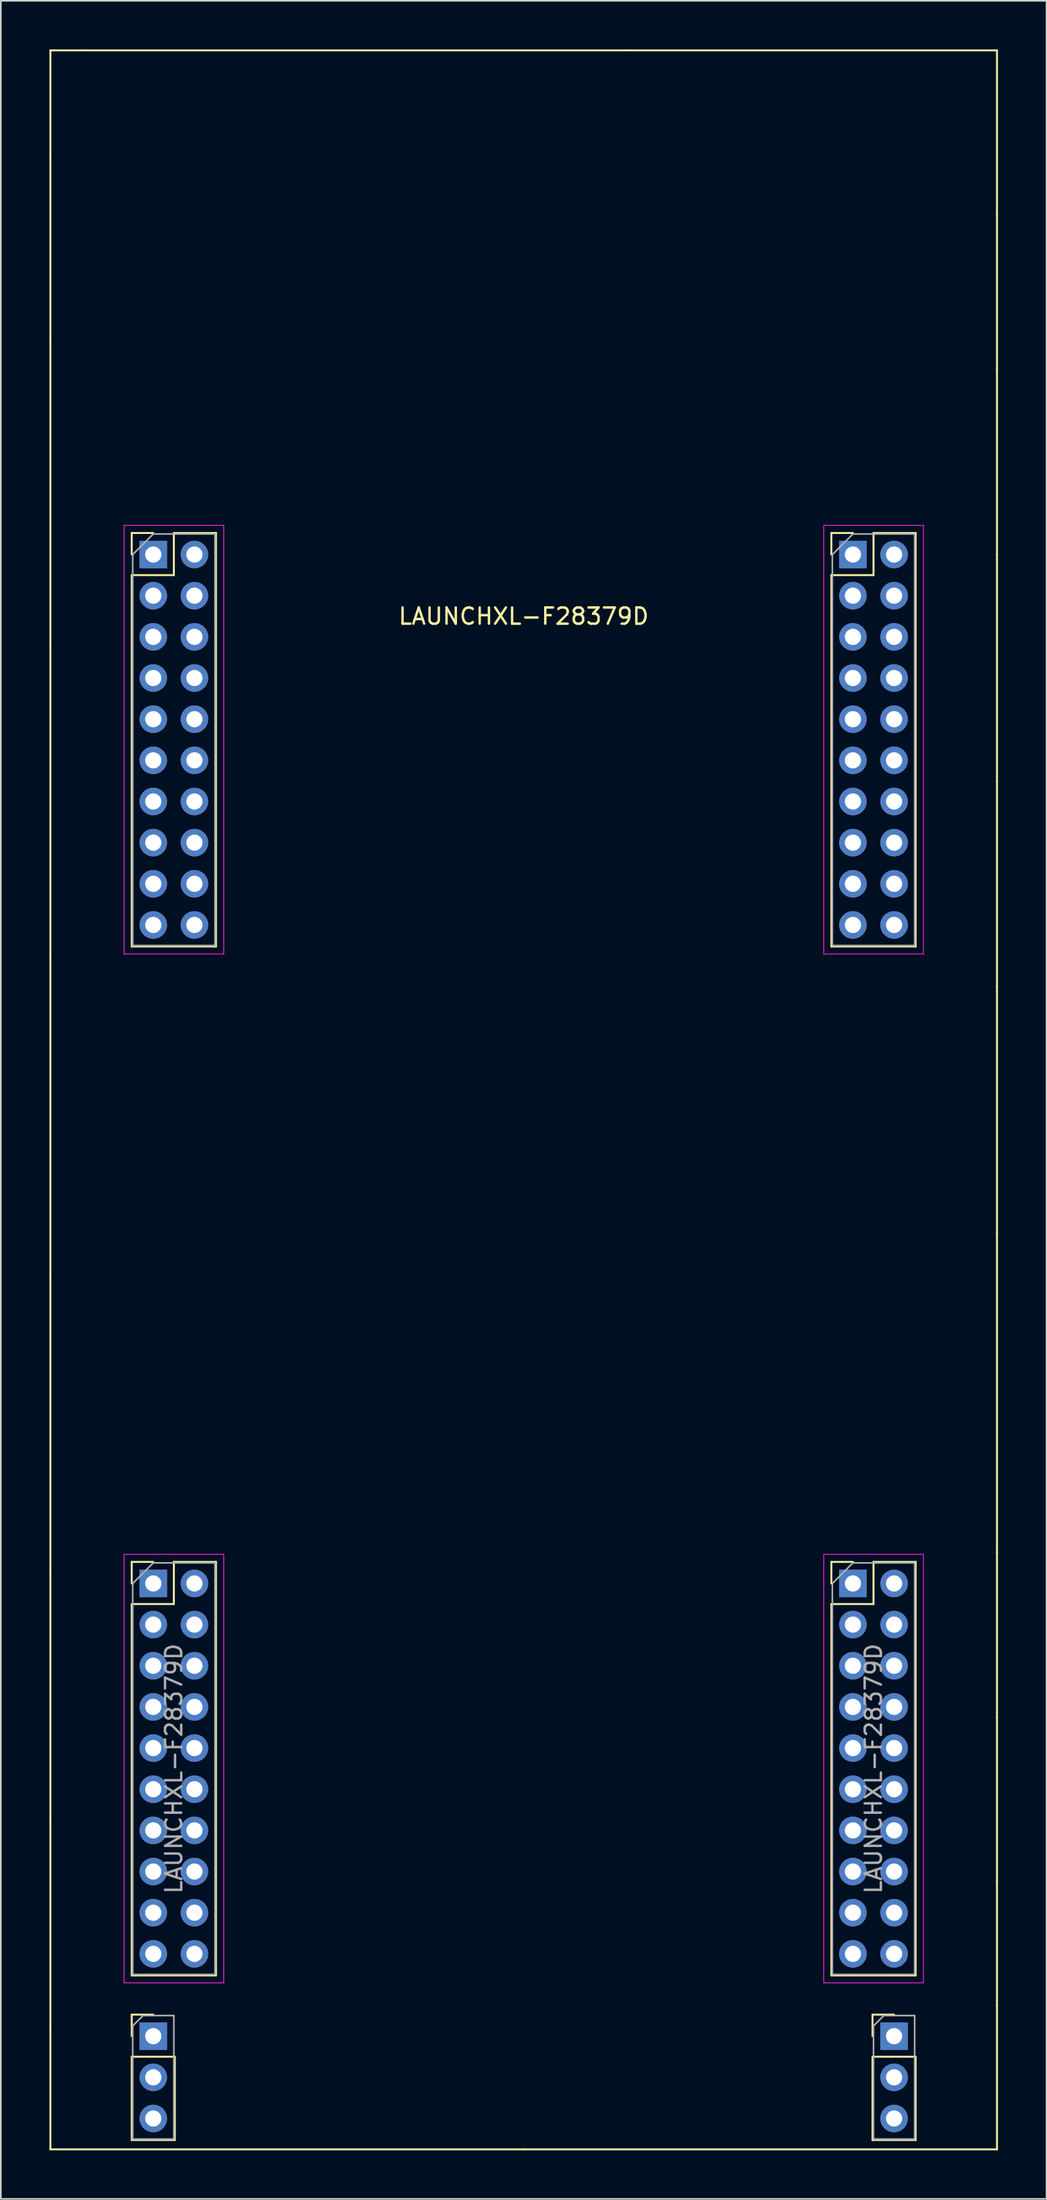
<source format=kicad_pcb>
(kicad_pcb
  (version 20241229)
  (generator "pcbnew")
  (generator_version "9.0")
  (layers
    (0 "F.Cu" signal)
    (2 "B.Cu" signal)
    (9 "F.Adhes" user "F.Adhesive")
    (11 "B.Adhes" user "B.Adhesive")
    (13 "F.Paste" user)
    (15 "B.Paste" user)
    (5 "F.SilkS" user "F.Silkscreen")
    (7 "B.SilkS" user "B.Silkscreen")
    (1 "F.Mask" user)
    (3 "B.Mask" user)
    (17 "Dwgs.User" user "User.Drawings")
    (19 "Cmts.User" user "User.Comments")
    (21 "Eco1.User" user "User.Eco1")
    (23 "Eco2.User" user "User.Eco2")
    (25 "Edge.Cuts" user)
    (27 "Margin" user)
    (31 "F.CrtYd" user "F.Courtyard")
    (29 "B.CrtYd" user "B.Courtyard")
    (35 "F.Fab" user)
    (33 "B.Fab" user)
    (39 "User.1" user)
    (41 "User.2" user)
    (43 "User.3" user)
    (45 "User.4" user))
  (footprint "LAUNCHXL-F28379D"
    (layer "F.Cu")
    (at 6.41 31.175)
    (property "Reference" "LAUNCHXL-F28379D" (at 22.86 3.81 0) (layer "F.SilkS") (effects (font (size 1 1) (thickness 0.15))))
    (attr through_hole)
    (fp_line (start -6.35 -31.115) (end -6.35 -24.765) (stroke (width 0.12) (type solid)) (layer "F.SilkS"))
    (fp_line (start -6.35 -24.765) (end -6.35 -13.335) (stroke (width 0.12) (type solid)) (layer "F.SilkS"))
    (fp_line (start -6.35 -13.335) (end -6.35 5.715) (stroke (width 0.12) (type solid)) (layer "F.SilkS"))
    (fp_line (start -6.35 5.715) (end -6.35 24.765) (stroke (width 0.12) (type solid)) (layer "F.SilkS"))
    (fp_line (start -6.35 24.765) (end -6.35 44.45) (stroke (width 0.12) (type solid)) (layer "F.SilkS"))
    (fp_line (start -6.35 44.45) (end -6.35 62.865) (stroke (width 0.12) (type solid)) (layer "F.SilkS"))
    (fp_line (start -6.35 62.865) (end -6.35 78.105) (stroke (width 0.12) (type solid)) (layer "F.SilkS"))
    (fp_line (start -6.35 78.105) (end -6.35 90.805) (stroke (width 0.12) (type solid)) (layer "F.SilkS"))
    (fp_line (start -6.35 90.805) (end -6.35 98.425) (stroke (width 0.12) (type solid)) (layer "F.SilkS"))
    (fp_line (start -4.445 -31.115) (end -6.35 -31.115) (stroke (width 0.12) (type solid)) (layer "F.SilkS"))
    (fp_line (start -1.33 -1.33) (end 0 -1.33) (stroke (width 0.12) (type solid)) (layer "F.SilkS"))
    (fp_line (start -1.33 0) (end -1.33 -1.33) (stroke (width 0.12) (type solid)) (layer "F.SilkS"))
    (fp_line (start -1.33 1.27) (end -1.33 24.19) (stroke (width 0.12) (type solid)) (layer "F.SilkS"))
    (fp_line (start -1.33 1.27) (end 1.27 1.27) (stroke (width 0.12) (type solid)) (layer "F.SilkS"))
    (fp_line (start -1.33 24.19) (end 3.87 24.19) (stroke (width 0.12) (type solid)) (layer "F.SilkS"))
    (fp_line (start -1.33 62.17) (end 0 62.17) (stroke (width 0.12) (type solid)) (layer "F.SilkS"))
    (fp_line (start -1.33 63.5) (end -1.33 62.17) (stroke (width 0.12) (type solid)) (layer "F.SilkS"))
    (fp_line (start -1.33 64.77) (end -1.33 87.69) (stroke (width 0.12) (type solid)) (layer "F.SilkS"))
    (fp_line (start -1.33 64.77) (end 1.27 64.77) (stroke (width 0.12) (type solid)) (layer "F.SilkS"))
    (fp_line (start -1.33 87.69) (end 3.87 87.69) (stroke (width 0.12) (type solid)) (layer "F.SilkS"))
    (fp_line (start -1.33 90.11) (end 0 90.11) (stroke (width 0.12) (type solid)) (layer "F.SilkS"))
    (fp_line (start -1.33 91.44) (end -1.33 90.11) (stroke (width 0.12) (type solid)) (layer "F.SilkS"))
    (fp_line (start -1.33 92.71) (end -1.33 97.85) (stroke (width 0.12) (type solid)) (layer "F.SilkS"))
    (fp_line (start -1.33 92.71) (end 1.33 92.71) (stroke (width 0.12) (type solid)) (layer "F.SilkS"))
    (fp_line (start -1.33 97.85) (end 1.33 97.85) (stroke (width 0.12) (type solid)) (layer "F.SilkS"))
    (fp_line (start 1.27 -1.33) (end 3.87 -1.33) (stroke (width 0.12) (type solid)) (layer "F.SilkS"))
    (fp_line (start 1.27 1.27) (end 1.27 -1.33) (stroke (width 0.12) (type solid)) (layer "F.SilkS"))
    (fp_line (start 1.27 62.17) (end 3.87 62.17) (stroke (width 0.12) (type solid)) (layer "F.SilkS"))
    (fp_line (start 1.27 64.77) (end 1.27 62.17) (stroke (width 0.12) (type solid)) (layer "F.SilkS"))
    (fp_line (start 1.33 92.71) (end 1.33 97.85) (stroke (width 0.12) (type solid)) (layer "F.SilkS"))
    (fp_line (start 3.87 -1.33) (end 3.87 24.19) (stroke (width 0.12) (type solid)) (layer "F.SilkS"))
    (fp_line (start 3.87 62.17) (end 3.87 87.69) (stroke (width 0.12) (type solid)) (layer "F.SilkS"))
    (fp_line (start 6.35 -31.115) (end -4.445 -31.115) (stroke (width 0.12) (type solid)) (layer "F.SilkS"))
    (fp_line (start 22.86 98.425) (end -6.35 98.425) (stroke (width 0.12) (type solid)) (layer "F.SilkS"))
    (fp_line (start 22.86 98.425) (end 52.07 98.425) (stroke (width 0.12) (type solid)) (layer "F.SilkS"))
    (fp_line (start 29.21 -31.115) (end 6.35 -31.115) (stroke (width 0.12) (type solid)) (layer "F.SilkS"))
    (fp_line (start 41.85 -1.33) (end 43.18 -1.33) (stroke (width 0.12) (type solid)) (layer "F.SilkS"))
    (fp_line (start 41.85 0) (end 41.85 -1.33) (stroke (width 0.12) (type solid)) (layer "F.SilkS"))
    (fp_line (start 41.85 1.27) (end 41.85 24.19) (stroke (width 0.12) (type solid)) (layer "F.SilkS"))
    (fp_line (start 41.85 1.27) (end 44.45 1.27) (stroke (width 0.12) (type solid)) (layer "F.SilkS"))
    (fp_line (start 41.85 24.19) (end 47.05 24.19) (stroke (width 0.12) (type solid)) (layer "F.SilkS"))
    (fp_line (start 41.85 62.17) (end 43.18 62.17) (stroke (width 0.12) (type solid)) (layer "F.SilkS"))
    (fp_line (start 41.85 63.5) (end 41.85 62.17) (stroke (width 0.12) (type solid)) (layer "F.SilkS"))
    (fp_line (start 41.85 64.77) (end 41.85 87.69) (stroke (width 0.12) (type solid)) (layer "F.SilkS"))
    (fp_line (start 41.85 64.77) (end 44.45 64.77) (stroke (width 0.12) (type solid)) (layer "F.SilkS"))
    (fp_line (start 41.85 87.69) (end 47.05 87.69) (stroke (width 0.12) (type solid)) (layer "F.SilkS"))
    (fp_line (start 44.39 90.11) (end 45.72 90.11) (stroke (width 0.12) (type solid)) (layer "F.SilkS"))
    (fp_line (start 44.39 91.44) (end 44.39 90.11) (stroke (width 0.12) (type solid)) (layer "F.SilkS"))
    (fp_line (start 44.39 92.71) (end 44.39 97.85) (stroke (width 0.12) (type solid)) (layer "F.SilkS"))
    (fp_line (start 44.39 92.71) (end 47.05 92.71) (stroke (width 0.12) (type solid)) (layer "F.SilkS"))
    (fp_line (start 44.39 97.85) (end 47.05 97.85) (stroke (width 0.12) (type solid)) (layer "F.SilkS"))
    (fp_line (start 44.45 -1.33) (end 47.05 -1.33) (stroke (width 0.12) (type solid)) (layer "F.SilkS"))
    (fp_line (start 44.45 1.27) (end 44.45 -1.33) (stroke (width 0.12) (type solid)) (layer "F.SilkS"))
    (fp_line (start 44.45 62.17) (end 47.05 62.17) (stroke (width 0.12) (type solid)) (layer "F.SilkS"))
    (fp_line (start 44.45 64.77) (end 44.45 62.17) (stroke (width 0.12) (type solid)) (layer "F.SilkS"))
    (fp_line (start 47.05 -1.33) (end 47.05 24.19) (stroke (width 0.12) (type solid)) (layer "F.SilkS"))
    (fp_line (start 47.05 62.17) (end 47.05 87.69) (stroke (width 0.12) (type solid)) (layer "F.SilkS"))
    (fp_line (start 47.05 92.71) (end 47.05 97.85) (stroke (width 0.12) (type solid)) (layer "F.SilkS"))
    (fp_line (start 52.07 -31.115) (end 29.21 -31.115) (stroke (width 0.12) (type solid)) (layer "F.SilkS"))
    (fp_line (start 52.07 -20.955) (end 52.07 -31.115) (stroke (width 0.12) (type solid)) (layer "F.SilkS"))
    (fp_line (start 52.07 -11.43) (end 52.07 -20.955) (stroke (width 0.12) (type solid)) (layer "F.SilkS"))
    (fp_line (start 52.07 0) (end 52.07 -11.43) (stroke (width 0.12) (type solid)) (layer "F.SilkS"))
    (fp_line (start 52.07 13.97) (end 52.07 0) (stroke (width 0.12) (type solid)) (layer "F.SilkS"))
    (fp_line (start 52.07 26.67) (end 52.07 13.97) (stroke (width 0.12) (type solid)) (layer "F.SilkS"))
    (fp_line (start 52.07 41.91) (end 52.07 26.67) (stroke (width 0.12) (type solid)) (layer "F.SilkS"))
    (fp_line (start 52.07 61.595) (end 52.07 41.91) (stroke (width 0.12) (type solid)) (layer "F.SilkS"))
    (fp_line (start 52.07 71.755) (end 52.07 61.595) (stroke (width 0.12) (type solid)) (layer "F.SilkS"))
    (fp_line (start 52.07 81.915) (end 52.07 71.755) (stroke (width 0.12) (type solid)) (layer "F.SilkS"))
    (fp_line (start 52.07 89.535) (end 52.07 81.915) (stroke (width 0.12) (type solid)) (layer "F.SilkS"))
    (fp_line (start 52.07 98.425) (end 52.07 89.535) (stroke (width 0.12) (type solid)) (layer "F.SilkS"))
    (fp_line (start -1.8 -1.8) (end -1.8 24.65) (stroke (width 0.05) (type solid)) (layer "F.CrtYd"))
    (fp_line (start -1.8 24.65) (end 4.35 24.65) (stroke (width 0.05) (type solid)) (layer "F.CrtYd"))
    (fp_line (start -1.8 61.7) (end -1.8 88.15) (stroke (width 0.05) (type solid)) (layer "F.CrtYd"))
    (fp_line (start -1.8 88.15) (end 4.35 88.15) (stroke (width 0.05) (type solid)) (layer "F.CrtYd"))
    (fp_line (start 4.35 -1.8) (end -1.8 -1.8) (stroke (width 0.05) (type solid)) (layer "F.CrtYd"))
    (fp_line (start 4.35 24.65) (end 4.35 -1.8) (stroke (width 0.05) (type solid)) (layer "F.CrtYd"))
    (fp_line (start 4.35 61.7) (end -1.8 61.7) (stroke (width 0.05) (type solid)) (layer "F.CrtYd"))
    (fp_line (start 4.35 88.15) (end 4.35 61.7) (stroke (width 0.05) (type solid)) (layer "F.CrtYd"))
    (fp_line (start 41.38 -1.8) (end 41.38 24.65) (stroke (width 0.05) (type solid)) (layer "F.CrtYd"))
    (fp_line (start 41.38 24.65) (end 47.53 24.65) (stroke (width 0.05) (type solid)) (layer "F.CrtYd"))
    (fp_line (start 41.38 61.7) (end 41.38 88.15) (stroke (width 0.05) (type solid)) (layer "F.CrtYd"))
    (fp_line (start 41.38 88.15) (end 47.53 88.15) (stroke (width 0.05) (type solid)) (layer "F.CrtYd"))
    (fp_line (start 47.53 -1.8) (end 41.38 -1.8) (stroke (width 0.05) (type solid)) (layer "F.CrtYd"))
    (fp_line (start 47.53 24.65) (end 47.53 -1.8) (stroke (width 0.05) (type solid)) (layer "F.CrtYd"))
    (fp_line (start 47.53 61.7) (end 41.38 61.7) (stroke (width 0.05) (type solid)) (layer "F.CrtYd"))
    (fp_line (start 47.53 88.15) (end 47.53 61.7) (stroke (width 0.05) (type solid)) (layer "F.CrtYd"))
    (fp_line (start -1.27 0) (end 0 -1.27) (stroke (width 0.1) (type solid)) (layer "F.Fab"))
    (fp_line (start -1.27 24.13) (end -1.27 0) (stroke (width 0.1) (type solid)) (layer "F.Fab"))
    (fp_line (start -1.27 63.5) (end 0 62.23) (stroke (width 0.1) (type solid)) (layer "F.Fab"))
    (fp_line (start -1.27 87.63) (end -1.27 63.5) (stroke (width 0.1) (type solid)) (layer "F.Fab"))
    (fp_line (start -1.27 90.805) (end -0.635 90.17) (stroke (width 0.1) (type solid)) (layer "F.Fab"))
    (fp_line (start -1.27 97.79) (end -1.27 90.805) (stroke (width 0.1) (type solid)) (layer "F.Fab"))
    (fp_line (start -0.635 90.17) (end 1.27 90.17) (stroke (width 0.1) (type solid)) (layer "F.Fab"))
    (fp_line (start 0 -1.27) (end 3.81 -1.27) (stroke (width 0.1) (type solid)) (layer "F.Fab"))
    (fp_line (start 0 62.23) (end 3.81 62.23) (stroke (width 0.1) (type solid)) (layer "F.Fab"))
    (fp_line (start 1.27 90.17) (end 1.27 97.79) (stroke (width 0.1) (type solid)) (layer "F.Fab"))
    (fp_line (start 1.27 97.79) (end -1.27 97.79) (stroke (width 0.1) (type solid)) (layer "F.Fab"))
    (fp_line (start 3.81 -1.27) (end 3.81 24.13) (stroke (width 0.1) (type solid)) (layer "F.Fab"))
    (fp_line (start 3.81 24.13) (end -1.27 24.13) (stroke (width 0.1) (type solid)) (layer "F.Fab"))
    (fp_line (start 3.81 62.23) (end 3.81 87.63) (stroke (width 0.1) (type solid)) (layer "F.Fab"))
    (fp_line (start 3.81 87.63) (end -1.27 87.63) (stroke (width 0.1) (type solid)) (layer "F.Fab"))
    (fp_line (start 41.91 0) (end 43.18 -1.27) (stroke (width 0.1) (type solid)) (layer "F.Fab"))
    (fp_line (start 41.91 24.13) (end 41.91 0) (stroke (width 0.1) (type solid)) (layer "F.Fab"))
    (fp_line (start 41.91 63.5) (end 43.18 62.23) (stroke (width 0.1) (type solid)) (layer "F.Fab"))
    (fp_line (start 41.91 87.63) (end 41.91 63.5) (stroke (width 0.1) (type solid)) (layer "F.Fab"))
    (fp_line (start 43.18 -1.27) (end 46.99 -1.27) (stroke (width 0.1) (type solid)) (layer "F.Fab"))
    (fp_line (start 43.18 62.23) (end 46.99 62.23) (stroke (width 0.1) (type solid)) (layer "F.Fab"))
    (fp_line (start 44.45 90.805) (end 45.085 90.17) (stroke (width 0.1) (type solid)) (layer "F.Fab"))
    (fp_line (start 44.45 97.79) (end 44.45 90.805) (stroke (width 0.1) (type solid)) (layer "F.Fab"))
    (fp_line (start 45.085 90.17) (end 46.99 90.17) (stroke (width 0.1) (type solid)) (layer "F.Fab"))
    (fp_line (start 46.99 -1.27) (end 46.99 24.13) (stroke (width 0.1) (type solid)) (layer "F.Fab"))
    (fp_line (start 46.99 24.13) (end 41.91 24.13) (stroke (width 0.1) (type solid)) (layer "F.Fab"))
    (fp_line (start 46.99 62.23) (end 46.99 87.63) (stroke (width 0.1) (type solid)) (layer "F.Fab"))
    (fp_line (start 46.99 87.63) (end 41.91 87.63) (stroke (width 0.1) (type solid)) (layer "F.Fab"))
    (fp_line (start 46.99 90.17) (end 46.99 97.79) (stroke (width 0.1) (type solid)) (layer "F.Fab"))
    (fp_line (start 46.99 97.79) (end 44.45 97.79) (stroke (width 0.1) (type solid)) (layer "F.Fab"))
    (fp_text user "${REFERENCE}" (at 44.45 74.93 90) (layer "F.Fab") (effects (font (size 1 1) (thickness 0.15))))
    (fp_text user "${REFERENCE}" (at 1.27 74.93 90) (layer "F.Fab") (effects (font (size 1 1) (thickness 0.15))))
    (pad "1" thru_hole rect (at 0 0) (size 1.7 1.7) (drill 1) (layers "*.Cu" "*.Mask"))
    (pad "2" thru_hole oval (at 0 2.54) (size 1.7 1.7) (drill 1) (layers "*.Cu" "*.Mask"))
    (pad "3" thru_hole oval (at 0 5.08) (size 1.7 1.7) (drill 1) (layers "*.Cu" "*.Mask"))
    (pad "4" thru_hole oval (at 0 7.62) (size 1.7 1.7) (drill 1) (layers "*.Cu" "*.Mask"))
    (pad "5" thru_hole oval (at 0 10.16) (size 1.7 1.7) (drill 1) (layers "*.Cu" "*.Mask"))
    (pad "6" thru_hole oval (at 0 12.7) (size 1.7 1.7) (drill 1) (layers "*.Cu" "*.Mask"))
    (pad "7" thru_hole oval (at 0 15.24) (size 1.7 1.7) (drill 1) (layers "*.Cu" "*.Mask"))
    (pad "8" thru_hole oval (at 0 17.78) (size 1.7 1.7) (drill 1) (layers "*.Cu" "*.Mask"))
    (pad "9" thru_hole oval (at 0 20.32) (size 1.7 1.7) (drill 1) (layers "*.Cu" "*.Mask"))
    (pad "10" thru_hole oval (at 0 22.86) (size 1.7 1.7) (drill 1) (layers "*.Cu" "*.Mask"))
    (pad "11" thru_hole oval (at 45.72 22.86) (size 1.7 1.7) (drill 1) (layers "*.Cu" "*.Mask"))
    (pad "12" thru_hole oval (at 45.72 20.32) (size 1.7 1.7) (drill 1) (layers "*.Cu" "*.Mask"))
    (pad "13" thru_hole oval (at 45.72 17.78) (size 1.7 1.7) (drill 1) (layers "*.Cu" "*.Mask"))
    (pad "14" thru_hole oval (at 45.72 15.24) (size 1.7 1.7) (drill 1) (layers "*.Cu" "*.Mask"))
    (pad "15" thru_hole oval (at 45.72 12.7) (size 1.7 1.7) (drill 1) (layers "*.Cu" "*.Mask"))
    (pad "16" thru_hole oval (at 45.72 10.16) (size 1.7 1.7) (drill 1) (layers "*.Cu" "*.Mask"))
    (pad "17" thru_hole oval (at 45.72 7.62) (size 1.7 1.7) (drill 1) (layers "*.Cu" "*.Mask"))
    (pad "18" thru_hole oval (at 45.72 5.08) (size 1.7 1.7) (drill 1) (layers "*.Cu" "*.Mask"))
    (pad "19" thru_hole oval (at 45.72 2.54) (size 1.7 1.7) (drill 1) (layers "*.Cu" "*.Mask"))
    (pad "20" thru_hole oval (at 45.72 0) (size 1.7 1.7) (drill 1) (layers "*.Cu" "*.Mask"))
    (pad "21" thru_hole oval (at 2.54 0) (size 1.7 1.7) (drill 1) (layers "*.Cu" "*.Mask"))
    (pad "22" thru_hole oval (at 2.54 2.54) (size 1.7 1.7) (drill 1) (layers "*.Cu" "*.Mask"))
    (pad "23" thru_hole oval (at 2.54 5.08) (size 1.7 1.7) (drill 1) (layers "*.Cu" "*.Mask"))
    (pad "24" thru_hole oval (at 2.54 7.62) (size 1.7 1.7) (drill 1) (layers "*.Cu" "*.Mask"))
    (pad "25" thru_hole oval (at 2.54 10.16) (size 1.7 1.7) (drill 1) (layers "*.Cu" "*.Mask"))
    (pad "26" thru_hole oval (at 2.54 12.7) (size 1.7 1.7) (drill 1) (layers "*.Cu" "*.Mask"))
    (pad "27" thru_hole oval (at 2.54 15.24) (size 1.7 1.7) (drill 1) (layers "*.Cu" "*.Mask"))
    (pad "28" thru_hole oval (at 2.54 17.78) (size 1.7 1.7) (drill 1) (layers "*.Cu" "*.Mask"))
    (pad "29" thru_hole oval (at 2.54 20.32) (size 1.7 1.7) (drill 1) (layers "*.Cu" "*.Mask"))
    (pad "30" thru_hole oval (at 2.54 22.86) (size 1.7 1.7) (drill 1) (layers "*.Cu" "*.Mask"))
    (pad "31" thru_hole oval (at 43.18 22.86) (size 1.7 1.7) (drill 1) (layers "*.Cu" "*.Mask"))
    (pad "32" thru_hole oval (at 43.18 20.32) (size 1.7 1.7) (drill 1) (layers "*.Cu" "*.Mask"))
    (pad "33" thru_hole oval (at 43.18 17.78) (size 1.7 1.7) (drill 1) (layers "*.Cu" "*.Mask"))
    (pad "34" thru_hole oval (at 43.18 15.24) (size 1.7 1.7) (drill 1) (layers "*.Cu" "*.Mask"))
    (pad "35" thru_hole oval (at 43.18 12.7) (size 1.7 1.7) (drill 1) (layers "*.Cu" "*.Mask"))
    (pad "36" thru_hole oval (at 43.18 10.16) (size 1.7 1.7) (drill 1) (layers "*.Cu" "*.Mask"))
    (pad "37" thru_hole oval (at 43.18 7.62) (size 1.7 1.7) (drill 1) (layers "*.Cu" "*.Mask"))
    (pad "38" thru_hole oval (at 43.18 5.08) (size 1.7 1.7) (drill 1) (layers "*.Cu" "*.Mask"))
    (pad "39" thru_hole oval (at 43.18 2.54) (size 1.7 1.7) (drill 1) (layers "*.Cu" "*.Mask"))
    (pad "40" thru_hole rect (at 43.18 0) (size 1.7 1.7) (drill 1) (layers "*.Cu" "*.Mask"))
    (pad "41" thru_hole rect (at 0 63.5) (size 1.7 1.7) (drill 1) (layers "*.Cu" "*.Mask"))
    (pad "42" thru_hole oval (at 0 66.04) (size 1.7 1.7) (drill 1) (layers "*.Cu" "*.Mask"))
    (pad "43" thru_hole oval (at 0 68.58) (size 1.7 1.7) (drill 1) (layers "*.Cu" "*.Mask"))
    (pad "44" thru_hole oval (at 0 71.12) (size 1.7 1.7) (drill 1) (layers "*.Cu" "*.Mask"))
    (pad "45" thru_hole oval (at 0 73.66) (size 1.7 1.7) (drill 1) (layers "*.Cu" "*.Mask"))
    (pad "46" thru_hole oval (at 0 76.2) (size 1.7 1.7) (drill 1) (layers "*.Cu" "*.Mask"))
    (pad "47" thru_hole oval (at 0 78.74) (size 1.7 1.7) (drill 1) (layers "*.Cu" "*.Mask"))
    (pad "48" thru_hole oval (at 0 81.28) (size 1.7 1.7) (drill 1) (layers "*.Cu" "*.Mask"))
    (pad "49" thru_hole oval (at 0 83.82) (size 1.7 1.7) (drill 1) (layers "*.Cu" "*.Mask"))
    (pad "50" thru_hole oval (at 0 86.36) (size 1.7 1.7) (drill 1) (layers "*.Cu" "*.Mask"))
    (pad "51" thru_hole oval (at 45.72 86.36) (size 1.7 1.7) (drill 1) (layers "*.Cu" "*.Mask"))
    (pad "52" thru_hole oval (at 45.72 83.82) (size 1.7 1.7) (drill 1) (layers "*.Cu" "*.Mask"))
    (pad "53" thru_hole oval (at 45.72 81.28) (size 1.7 1.7) (drill 1) (layers "*.Cu" "*.Mask"))
    (pad "54" thru_hole oval (at 45.72 78.74) (size 1.7 1.7) (drill 1) (layers "*.Cu" "*.Mask"))
    (pad "55" thru_hole oval (at 45.72 76.2) (size 1.7 1.7) (drill 1) (layers "*.Cu" "*.Mask"))
    (pad "56" thru_hole oval (at 45.72 73.66) (size 1.7 1.7) (drill 1) (layers "*.Cu" "*.Mask"))
    (pad "57" thru_hole oval (at 45.72 71.12) (size 1.7 1.7) (drill 1) (layers "*.Cu" "*.Mask"))
    (pad "58" thru_hole oval (at 45.72 68.58) (size 1.7 1.7) (drill 1) (layers "*.Cu" "*.Mask"))
    (pad "59" thru_hole oval (at 45.72 66.04) (size 1.7 1.7) (drill 1) (layers "*.Cu" "*.Mask"))
    (pad "60" thru_hole oval (at 45.72 63.5) (size 1.7 1.7) (drill 1) (layers "*.Cu" "*.Mask"))
    (pad "61" thru_hole oval (at 2.54 63.5) (size 1.7 1.7) (drill 1) (layers "*.Cu" "*.Mask"))
    (pad "62" thru_hole oval (at 2.54 66.04) (size 1.7 1.7) (drill 1) (layers "*.Cu" "*.Mask"))
    (pad "63" thru_hole oval (at 2.54 68.58) (size 1.7 1.7) (drill 1) (layers "*.Cu" "*.Mask"))
    (pad "64" thru_hole oval (at 2.54 71.12) (size 1.7 1.7) (drill 1) (layers "*.Cu" "*.Mask"))
    (pad "65" thru_hole oval (at 2.54 73.66) (size 1.7 1.7) (drill 1) (layers "*.Cu" "*.Mask"))
    (pad "66" thru_hole oval (at 2.54 76.2) (size 1.7 1.7) (drill 1) (layers "*.Cu" "*.Mask"))
    (pad "67" thru_hole oval (at 2.54 78.74) (size 1.7 1.7) (drill 1) (layers "*.Cu" "*.Mask"))
    (pad "68" thru_hole oval (at 2.54 81.28) (size 1.7 1.7) (drill 1) (layers "*.Cu" "*.Mask"))
    (pad "69" thru_hole oval (at 2.54 83.82) (size 1.7 1.7) (drill 1) (layers "*.Cu" "*.Mask"))
    (pad "70" thru_hole oval (at 2.54 86.36) (size 1.7 1.7) (drill 1) (layers "*.Cu" "*.Mask"))
    (pad "71" thru_hole oval (at 43.18 86.36) (size 1.7 1.7) (drill 1) (layers "*.Cu" "*.Mask"))
    (pad "72" thru_hole oval (at 43.18 83.82) (size 1.7 1.7) (drill 1) (layers "*.Cu" "*.Mask"))
    (pad "73" thru_hole oval (at 43.18 81.28) (size 1.7 1.7) (drill 1) (layers "*.Cu" "*.Mask"))
    (pad "74" thru_hole oval (at 43.18 78.74) (size 1.7 1.7) (drill 1) (layers "*.Cu" "*.Mask"))
    (pad "75" thru_hole oval (at 43.18 76.2) (size 1.7 1.7) (drill 1) (layers "*.Cu" "*.Mask"))
    (pad "76" thru_hole oval (at 43.18 73.66) (size 1.7 1.7) (drill 1) (layers "*.Cu" "*.Mask"))
    (pad "77" thru_hole oval (at 43.18 71.12) (size 1.7 1.7) (drill 1) (layers "*.Cu" "*.Mask"))
    (pad "78" thru_hole oval (at 43.18 68.58) (size 1.7 1.7) (drill 1) (layers "*.Cu" "*.Mask"))
    (pad "79" thru_hole oval (at 43.18 66.04) (size 1.7 1.7) (drill 1) (layers "*.Cu" "*.Mask"))
    (pad "80" thru_hole rect (at 43.18 63.5) (size 1.7 1.7) (drill 1) (layers "*.Cu" "*.Mask"))
    (pad "102" thru_hole oval (at 45.72 96.52) (size 1.7 1.7) (drill 1) (layers "*.Cu" "*.Mask"))
    (pad "103" thru_hole oval (at 45.72 93.98) (size 1.7 1.7) (drill 1) (layers "*.Cu" "*.Mask"))
    (pad "104" thru_hole rect (at 45.72 91.44) (size 1.7 1.7) (drill 1) (layers "*.Cu" "*.Mask"))
    (pad "105" thru_hole oval (at 0 96.52) (size 1.7 1.7) (drill 1) (layers "*.Cu" "*.Mask"))
    (pad "106" thru_hole oval (at 0 93.98) (size 1.7 1.7) (drill 1) (layers "*.Cu" "*.Mask"))
    (pad "107" thru_hole rect (at 0 91.44) (size 1.7 1.7) (drill 1) (layers "*.Cu" "*.Mask")))
  (gr_rect
    (start -3 -3)
    (end 61.54 132.66)
    (stroke (width 0.1) (type default))
    (fill no)
    (layer "Edge.Cuts")))
</source>
